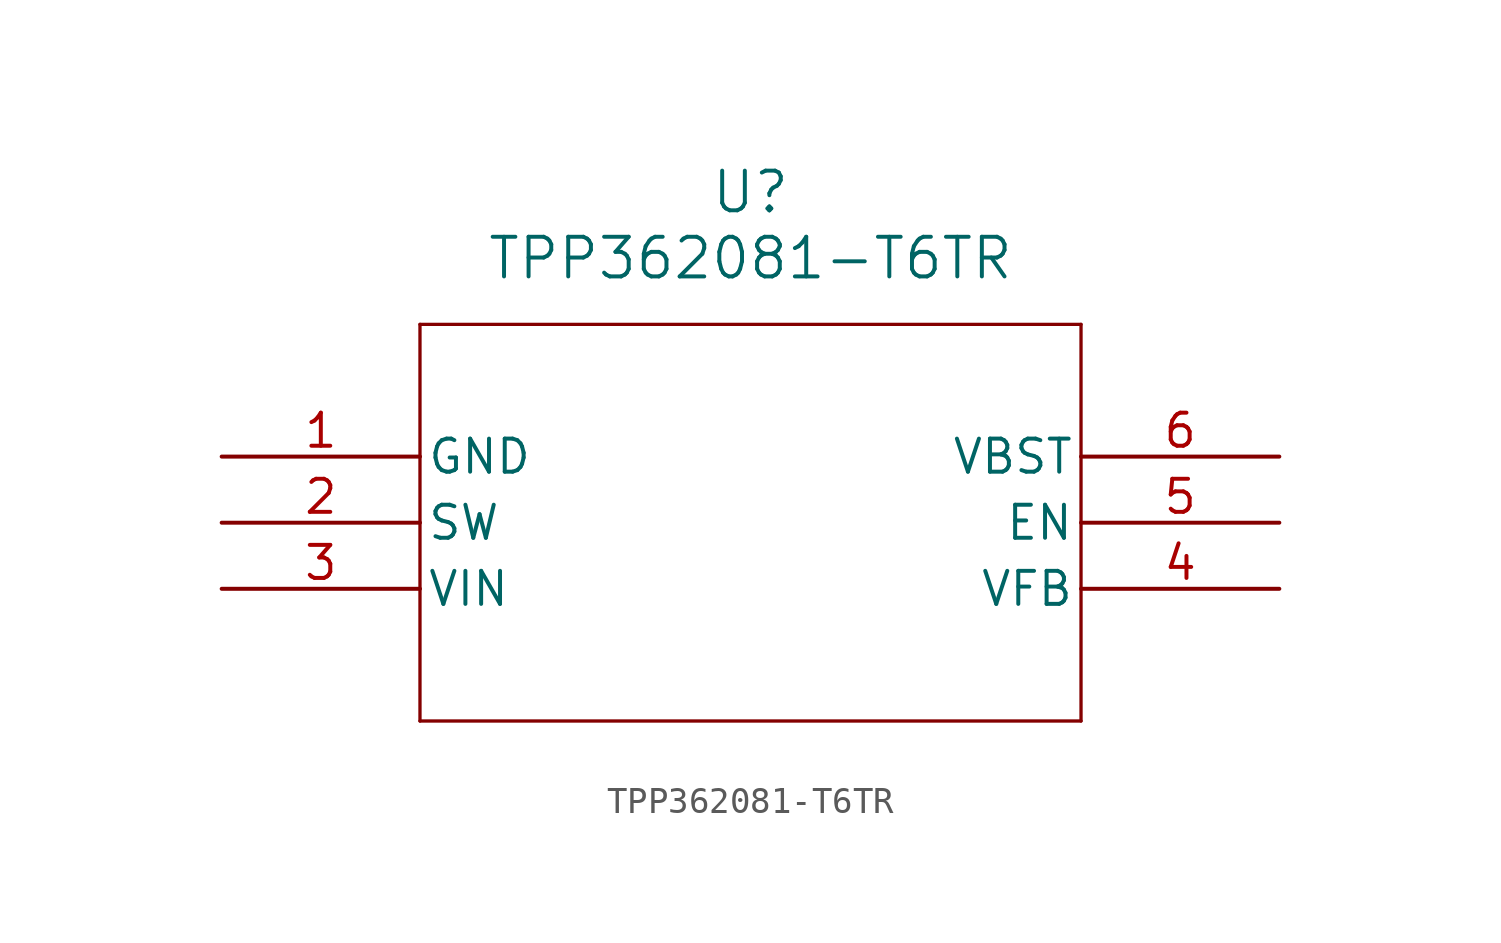
<source format=kicad_sym>
(kicad_symbol_lib
  (version 20231120)
  (generator "kicad_symbol_editor")
  (generator_version "8.0")
  (symbol "TPP362081-T6TR"
    (pin_names
      (offset 0.254))
    (property "Reference" "U"
      (at 20.32 10.16 0)
      (effects (font (size 1.524 1.524))))
    (property "Value" "TPP362081-T6TR"
      (at 20.32 7.62 0)
      (effects (font (size 1.524 1.524))))
    (property "ki_locked" ""
      (at 0 0 0)
      (effects (font (size 1.27 1.27))))
    (symbol "TPP362081-T6TR_0_1"
      (polyline (pts (xy 7.62 -10.16) (xy 33.02 -10.16)) (stroke (width 0.127) (type default)) (fill (type none)))
      (polyline (pts (xy 7.62 5.08) (xy 7.62 -10.16)) (stroke (width 0.127) (type default)) (fill (type none)))
      (polyline (pts (xy 33.02 -10.16) (xy 33.02 5.08)) (stroke (width 0.127) (type default)) (fill (type none)))
      (polyline (pts (xy 33.02 5.08) (xy 7.62 5.08)) (stroke (width 0.127) (type default)) (fill (type none)))
      (pin power_out line (at 0 0 0) (length 7.62) (name "GND" (effects (font (size 1.27 1.27)))) (number "1" (effects (font (size 1.27 1.27)))))
      (pin output line (at 0 -2.54 0) (length 7.62) (name "SW" (effects (font (size 1.27 1.27)))) (number "2" (effects (font (size 1.27 1.27)))))
      (pin power_in line (at 0 -5.08 0) (length 7.62) (name "VIN" (effects (font (size 1.27 1.27)))) (number "3" (effects (font (size 1.27 1.27)))))
      (pin input line (at 40.64 -5.08 180) (length 7.62) (name "VFB" (effects (font (size 1.27 1.27)))) (number "4" (effects (font (size 1.27 1.27)))))
      (pin input line (at 40.64 -2.54 180) (length 7.62) (name "EN" (effects (font (size 1.27 1.27)))) (number "5" (effects (font (size 1.27 1.27)))))
      (pin output line (at 40.64 0 180) (length 7.62) (name "VBST" (effects (font (size 1.27 1.27)))) (number "6" (effects (font (size 1.27 1.27))))))))
</source>
